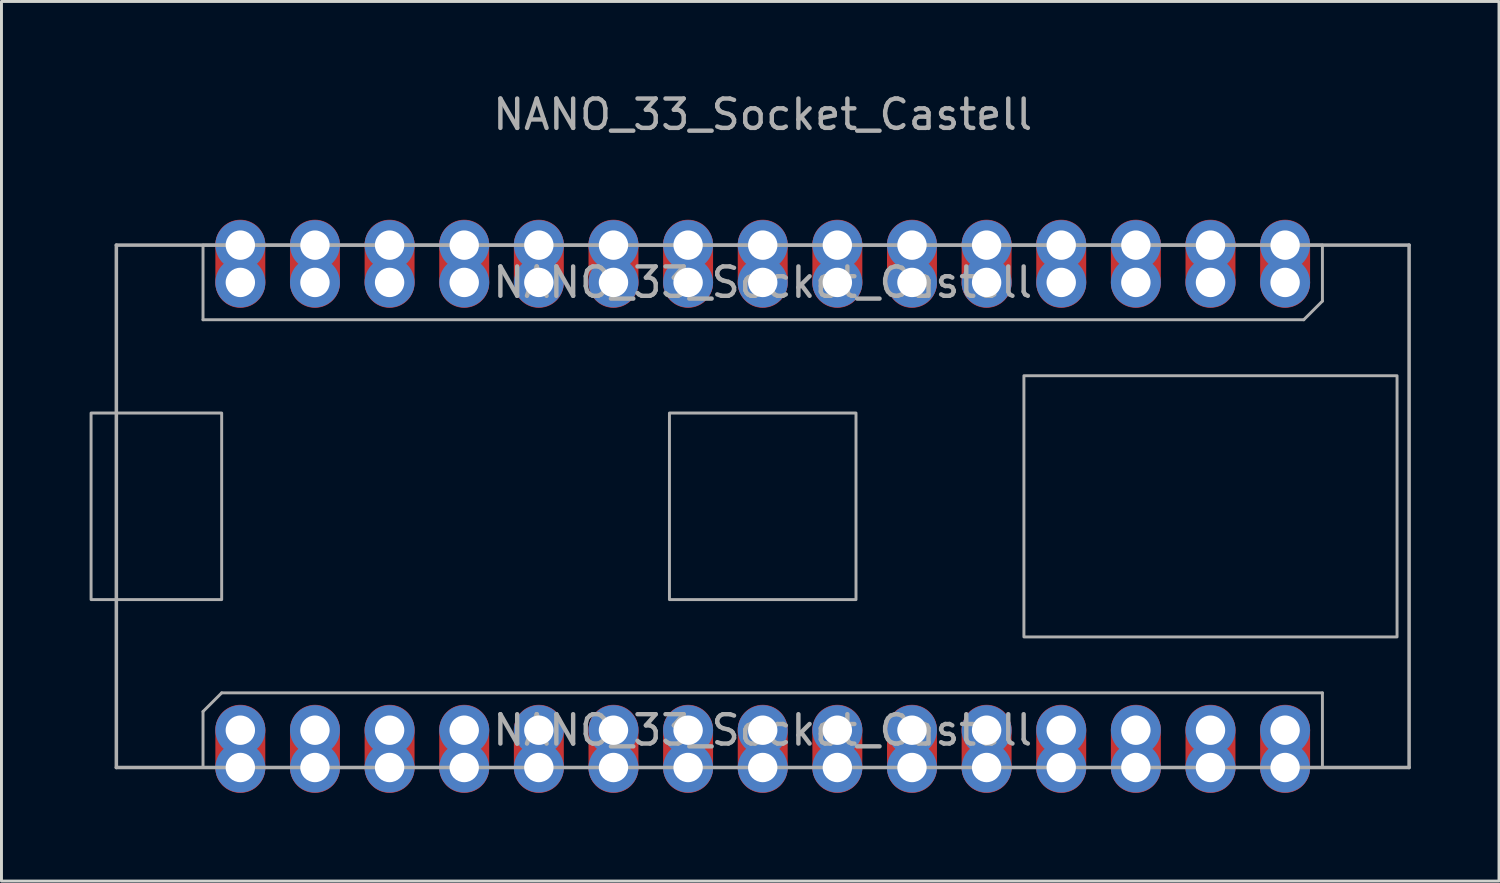
<source format=kicad_pcb>
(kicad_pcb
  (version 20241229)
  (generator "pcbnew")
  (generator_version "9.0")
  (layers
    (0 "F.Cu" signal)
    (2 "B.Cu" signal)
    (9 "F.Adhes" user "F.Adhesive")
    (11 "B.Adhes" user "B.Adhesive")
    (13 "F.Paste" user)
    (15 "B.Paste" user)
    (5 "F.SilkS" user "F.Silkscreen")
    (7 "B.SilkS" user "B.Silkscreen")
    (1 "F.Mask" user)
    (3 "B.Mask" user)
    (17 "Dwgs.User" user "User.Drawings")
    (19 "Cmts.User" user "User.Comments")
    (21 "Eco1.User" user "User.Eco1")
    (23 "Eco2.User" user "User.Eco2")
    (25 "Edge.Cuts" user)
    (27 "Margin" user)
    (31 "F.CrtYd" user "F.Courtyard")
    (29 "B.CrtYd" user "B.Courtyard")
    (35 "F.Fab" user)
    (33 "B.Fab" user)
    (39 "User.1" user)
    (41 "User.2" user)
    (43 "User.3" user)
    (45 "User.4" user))
  (footprint "NANO_33_Socket_Castell"
    (layer "F.Cu")
    (at 22.91 14.183)
    (property "Reference" "NANO_33_Socket_Castell" (at 0 -13.335 0) (layer "F.Fab") (effects (font (size 1 1) (thickness 0.15))))
    (attr through_hole)
    (fp_line (start -22 -8.89) (end 22 -8.89) (stroke (width 0.12) (type solid)) (layer "F.Fab"))
    (fp_line (start -22 8.89) (end -22 -8.89) (stroke (width 0.12) (type solid)) (layer "F.Fab"))
    (fp_line (start -22 8.89) (end 22 8.89) (stroke (width 0.12) (type solid)) (layer "F.Fab"))
    (fp_line (start -19.05 -8.89) (end 19.05 -8.89) (stroke (width 0.1) (type solid)) (layer "F.Fab"))
    (fp_line (start -19.05 -6.35) (end -19.05 -8.89) (stroke (width 0.1) (type solid)) (layer "F.Fab"))
    (fp_line (start -19.05 6.985) (end -18.415 6.35) (stroke (width 0.1) (type solid)) (layer "F.Fab"))
    (fp_line (start -19.05 8.89) (end -19.05 6.985) (stroke (width 0.1) (type solid)) (layer "F.Fab"))
    (fp_line (start -18.415 6.35) (end 19.05 6.35) (stroke (width 0.1) (type solid)) (layer "F.Fab"))
    (fp_line (start 18.415 -6.35) (end -19.05 -6.35) (stroke (width 0.1) (type solid)) (layer "F.Fab"))
    (fp_line (start 19.05 -8.89) (end 19.05 -6.985) (stroke (width 0.1) (type solid)) (layer "F.Fab"))
    (fp_line (start 19.05 -6.985) (end 18.415 -6.35) (stroke (width 0.1) (type solid)) (layer "F.Fab"))
    (fp_line (start 19.05 6.35) (end 19.05 8.89) (stroke (width 0.1) (type solid)) (layer "F.Fab"))
    (fp_line (start 19.05 8.89) (end -19.05 8.89) (stroke (width 0.1) (type solid)) (layer "F.Fab"))
    (fp_line (start 22 8.89) (end 22 -8.89) (stroke (width 0.12) (type solid)) (layer "F.Fab"))
    (fp_poly (pts (xy -22.86 3.175) (xy -18.415 3.175) (xy -18.415 -3.175) (xy -22.86 -3.175)) (stroke (width 0.1) (type solid)) (fill no) (layer "F.Fab"))
    (fp_poly (pts (xy -3.175 3.175) (xy 3.175 3.175) (xy 3.175 -3.175) (xy -3.175 -3.175)) (stroke (width 0.1) (type solid)) (fill no) (layer "F.Fab"))
    (fp_poly (pts (xy 8.89 4.445) (xy 21.59 4.445) (xy 21.59 -4.445) (xy 8.89 -4.445)) (stroke (width 0.1) (type solid)) (fill no) (layer "F.Fab"))
    (fp_text user "${REFERENCE}" (at 0 7.62 180) (layer "F.Fab") (effects (font (size 1 1) (thickness 0.15))))
    (fp_text user "${REFERENCE}" (at 0 -7.62 0) (layer "F.Fab") (effects (font (size 1 1) (thickness 0.15))))
    (pad "" thru_hole circle (at -17.78 -8.89 270) (size 1.7 1.7) (drill 1) (layers "*.Cu" "*.Mask"))
    (pad "" smd oval (at -17.78 -8.255 270) (size 3 1.7) (layers "F.Cu" "F.Mask"))
    (pad "" smd oval (at -17.78 8.255 90) (size 3 1.7) (layers "F.Cu" "F.Mask"))
    (pad "" thru_hole circle (at -17.78 8.89 90) (size 1.7 1.7) (drill 1) (layers "*.Cu" "*.Mask"))
    (pad "" thru_hole circle (at -15.24 -8.89 270) (size 1.7 1.7) (drill 1) (layers "*.Cu" "*.Mask"))
    (pad "" smd oval (at -15.24 -8.255 270) (size 3 1.7) (layers "F.Cu" "F.Mask"))
    (pad "" smd oval (at -15.24 8.255 90) (size 3 1.7) (layers "F.Cu" "F.Mask"))
    (pad "" thru_hole circle (at -15.24 8.89 90) (size 1.7 1.7) (drill 1) (layers "*.Cu" "*.Mask"))
    (pad "" thru_hole circle (at -12.7 -8.89 270) (size 1.7 1.7) (drill 1) (layers "*.Cu" "*.Mask"))
    (pad "" smd oval (at -12.7 -8.255 270) (size 3 1.7) (layers "F.Cu" "F.Mask"))
    (pad "" smd oval (at -12.7 8.255 90) (size 3 1.7) (layers "F.Cu" "F.Mask"))
    (pad "" thru_hole circle (at -12.7 8.89 90) (size 1.7 1.7) (drill 1) (layers "*.Cu" "*.Mask"))
    (pad "" thru_hole circle (at -10.16 -8.89 270) (size 1.7 1.7) (drill 1) (layers "*.Cu" "*.Mask"))
    (pad "" smd oval (at -10.16 -8.255 270) (size 3 1.7) (layers "F.Cu" "F.Mask"))
    (pad "" smd oval (at -10.16 8.255 90) (size 3 1.7) (layers "F.Cu" "F.Mask"))
    (pad "" thru_hole circle (at -10.16 8.89 90) (size 1.7 1.7) (drill 1) (layers "*.Cu" "*.Mask"))
    (pad "" thru_hole circle (at -7.62 -8.89 270) (size 1.7 1.7) (drill 1) (layers "*.Cu" "*.Mask"))
    (pad "" smd oval (at -7.62 -8.255 270) (size 3 1.7) (layers "F.Cu" "F.Mask"))
    (pad "" smd oval (at -7.62 8.255 90) (size 3 1.7) (layers "F.Cu" "F.Mask"))
    (pad "" thru_hole circle (at -7.62 8.89 90) (size 1.7 1.7) (drill 1) (layers "*.Cu" "*.Mask"))
    (pad "" thru_hole circle (at -5.08 -8.89 270) (size 1.7 1.7) (drill 1) (layers "*.Cu" "*.Mask"))
    (pad "" smd oval (at -5.08 -8.255 270) (size 3 1.7) (layers "F.Cu" "F.Mask"))
    (pad "" smd oval (at -5.08 8.255 90) (size 3 1.7) (layers "F.Cu" "F.Mask"))
    (pad "" thru_hole circle (at -5.08 8.89 90) (size 1.7 1.7) (drill 1) (layers "*.Cu" "*.Mask"))
    (pad "" thru_hole circle (at -2.54 -8.89 270) (size 1.7 1.7) (drill 1) (layers "*.Cu" "*.Mask"))
    (pad "" smd oval (at -2.54 -8.255 270) (size 3 1.7) (layers "F.Cu" "F.Mask"))
    (pad "" smd oval (at -2.54 8.255 90) (size 3 1.7) (layers "F.Cu" "F.Mask"))
    (pad "" thru_hole circle (at -2.54 8.89 90) (size 1.7 1.7) (drill 1) (layers "*.Cu" "*.Mask"))
    (pad "" thru_hole circle (at 0 -8.89 270) (size 1.7 1.7) (drill 1) (layers "*.Cu" "*.Mask"))
    (pad "" smd oval (at 0 -8.255 270) (size 3 1.7) (layers "F.Cu" "F.Mask"))
    (pad "" smd oval (at 0 8.255 90) (size 3 1.7) (layers "F.Cu" "F.Mask"))
    (pad "" thru_hole circle (at 0 8.89 90) (size 1.7 1.7) (drill 1) (layers "*.Cu" "*.Mask"))
    (pad "" thru_hole circle (at 2.54 -8.89 270) (size 1.7 1.7) (drill 1) (layers "*.Cu" "*.Mask"))
    (pad "" smd oval (at 2.54 -8.255 270) (size 3 1.7) (layers "F.Cu" "F.Mask"))
    (pad "" smd oval (at 2.54 8.255 90) (size 3 1.7) (layers "F.Cu" "F.Mask"))
    (pad "" thru_hole circle (at 2.54 8.89 90) (size 1.7 1.7) (drill 1) (layers "*.Cu" "*.Mask"))
    (pad "" thru_hole circle (at 5.08 -8.89 270) (size 1.7 1.7) (drill 1) (layers "*.Cu" "*.Mask"))
    (pad "" smd oval (at 5.08 -8.255 270) (size 3 1.7) (layers "F.Cu" "F.Mask"))
    (pad "" smd oval (at 5.08 8.255 90) (size 3 1.7) (layers "F.Cu" "F.Mask"))
    (pad "" thru_hole circle (at 5.08 8.89 90) (size 1.7 1.7) (drill 1) (layers "*.Cu" "*.Mask"))
    (pad "" thru_hole circle (at 7.62 -8.89 270) (size 1.7 1.7) (drill 1) (layers "*.Cu" "*.Mask"))
    (pad "" smd oval (at 7.62 -8.255 270) (size 3 1.7) (layers "F.Cu" "F.Mask"))
    (pad "" smd oval (at 7.62 8.255 90) (size 3 1.7) (layers "F.Cu" "F.Mask"))
    (pad "" thru_hole circle (at 7.62 8.89 90) (size 1.7 1.7) (drill 1) (layers "*.Cu" "*.Mask"))
    (pad "" thru_hole circle (at 10.16 -8.89 270) (size 1.7 1.7) (drill 1) (layers "*.Cu" "*.Mask"))
    (pad "" smd oval (at 10.16 -8.255 270) (size 3 1.7) (layers "F.Cu" "F.Mask"))
    (pad "" smd oval (at 10.16 8.255 90) (size 3 1.7) (layers "F.Cu" "F.Mask"))
    (pad "" thru_hole circle (at 10.16 8.89 90) (size 1.7 1.7) (drill 1) (layers "*.Cu" "*.Mask"))
    (pad "" thru_hole circle (at 12.7 -8.89 270) (size 1.7 1.7) (drill 1) (layers "*.Cu" "*.Mask"))
    (pad "" smd oval (at 12.7 -8.255 270) (size 3 1.7) (layers "F.Cu" "F.Mask"))
    (pad "" smd oval (at 12.7 8.255 90) (size 3 1.7) (layers "F.Cu" "F.Mask"))
    (pad "" thru_hole circle (at 12.7 8.89 90) (size 1.7 1.7) (drill 1) (layers "*.Cu" "*.Mask"))
    (pad "" thru_hole circle (at 15.24 -8.89 270) (size 1.7 1.7) (drill 1) (layers "*.Cu" "*.Mask"))
    (pad "" smd oval (at 15.24 -8.255 270) (size 3 1.7) (layers "F.Cu" "F.Mask"))
    (pad "" smd oval (at 15.24 8.255 90) (size 3 1.7) (layers "F.Cu" "F.Mask"))
    (pad "" thru_hole circle (at 15.24 8.89 90) (size 1.7 1.7) (drill 1) (layers "*.Cu" "*.Mask"))
    (pad "" thru_hole circle (at 17.78 -8.89 270) (size 1.7 1.7) (drill 1) (layers "*.Cu" "*.Mask"))
    (pad "" smd oval (at 17.78 -8.255 270) (size 3 1.7) (layers "F.Cu" "F.Mask"))
    (pad "" smd oval (at 17.78 8.255 90) (size 3 1.7) (layers "F.Cu" "F.Mask"))
    (pad "" thru_hole circle (at 17.78 8.89 90) (size 1.7 1.7) (drill 1) (layers "*.Cu" "*.Mask"))
    (pad "1" thru_hole circle (at -17.78 7.62 90) (size 1.7 1.7) (drill 1) (layers "*.Cu" "*.Mask"))
    (pad "2" thru_hole oval (at -15.24 7.62 90) (size 1.7 1.7) (drill 1) (layers "*.Cu" "*.Mask"))
    (pad "3" thru_hole oval (at -12.7 7.62 90) (size 1.7 1.7) (drill 1) (layers "*.Cu" "*.Mask"))
    (pad "4" thru_hole oval (at -10.16 7.62 90) (size 1.7 1.7) (drill 1) (layers "*.Cu" "*.Mask"))
    (pad "5" thru_hole oval (at -7.62 7.62 90) (size 1.7 1.7) (drill 1) (layers "*.Cu" "*.Mask"))
    (pad "6" thru_hole oval (at -5.08 7.62 90) (size 1.7 1.7) (drill 1) (layers "*.Cu" "*.Mask"))
    (pad "7" thru_hole oval (at -2.54 7.62 90) (size 1.7 1.7) (drill 1) (layers "*.Cu" "*.Mask"))
    (pad "8" thru_hole oval (at 0 7.62 90) (size 1.7 1.7) (drill 1) (layers "*.Cu" "*.Mask"))
    (pad "9" thru_hole oval (at 2.54 7.62 90) (size 1.7 1.7) (drill 1) (layers "*.Cu" "*.Mask"))
    (pad "10" thru_hole oval (at 5.08 7.62 90) (size 1.7 1.7) (drill 1) (layers "*.Cu" "*.Mask"))
    (pad "11" thru_hole oval (at 7.62 7.62 90) (size 1.7 1.7) (drill 1) (layers "*.Cu" "*.Mask"))
    (pad "12" thru_hole oval (at 10.16 7.62 90) (size 1.7 1.7) (drill 1) (layers "*.Cu" "*.Mask"))
    (pad "13" thru_hole oval (at 12.7 7.62 90) (size 1.7 1.7) (drill 1) (layers "*.Cu" "*.Mask"))
    (pad "14" thru_hole oval (at 15.24 7.62 90) (size 1.7 1.7) (drill 1) (layers "*.Cu" "*.Mask"))
    (pad "15" thru_hole oval (at 17.78 7.62 90) (size 1.7 1.7) (drill 1) (layers "*.Cu" "*.Mask"))
    (pad "16" thru_hole circle (at 17.78 -7.62 270) (size 1.7 1.7) (drill 1) (layers "*.Cu" "*.Mask"))
    (pad "17" thru_hole oval (at 15.24 -7.62 270) (size 1.7 1.7) (drill 1) (layers "*.Cu" "*.Mask"))
    (pad "18" thru_hole oval (at 12.7 -7.62 270) (size 1.7 1.7) (drill 1) (layers "*.Cu" "*.Mask"))
    (pad "19" thru_hole oval (at 10.16 -7.62 270) (size 1.7 1.7) (drill 1) (layers "*.Cu" "*.Mask"))
    (pad "20" thru_hole oval (at 7.62 -7.62 270) (size 1.7 1.7) (drill 1) (layers "*.Cu" "*.Mask"))
    (pad "21" thru_hole oval (at 5.08 -7.62 270) (size 1.7 1.7) (drill 1) (layers "*.Cu" "*.Mask"))
    (pad "22" thru_hole oval (at 2.54 -7.62 270) (size 1.7 1.7) (drill 1) (layers "*.Cu" "*.Mask"))
    (pad "23" thru_hole oval (at 0 -7.62 270) (size 1.7 1.7) (drill 1) (layers "*.Cu" "*.Mask"))
    (pad "24" thru_hole oval (at -2.54 -7.62 270) (size 1.7 1.7) (drill 1) (layers "*.Cu" "*.Mask"))
    (pad "25" thru_hole oval (at -5.08 -7.62 270) (size 1.7 1.7) (drill 1) (layers "*.Cu" "*.Mask"))
    (pad "26" thru_hole oval (at -7.62 -7.62 270) (size 1.7 1.7) (drill 1) (layers "*.Cu" "*.Mask"))
    (pad "27" thru_hole oval (at -10.16 -7.62 270) (size 1.7 1.7) (drill 1) (layers "*.Cu" "*.Mask"))
    (pad "28" thru_hole oval (at -12.7 -7.62 270) (size 1.7 1.7) (drill 1) (layers "*.Cu" "*.Mask"))
    (pad "29" thru_hole oval (at -15.24 -7.62 270) (size 1.7 1.7) (drill 1) (layers "*.Cu" "*.Mask"))
    (pad "30" thru_hole oval (at -17.78 -7.62 270) (size 1.7 1.7) (drill 1) (layers "*.Cu" "*.Mask")))
  (gr_rect
    (start -3 -3)
    (end 47.97 26.938)
    (stroke (width 0.1) (type default))
    (fill no)
    (layer "Edge.Cuts")))
</source>
